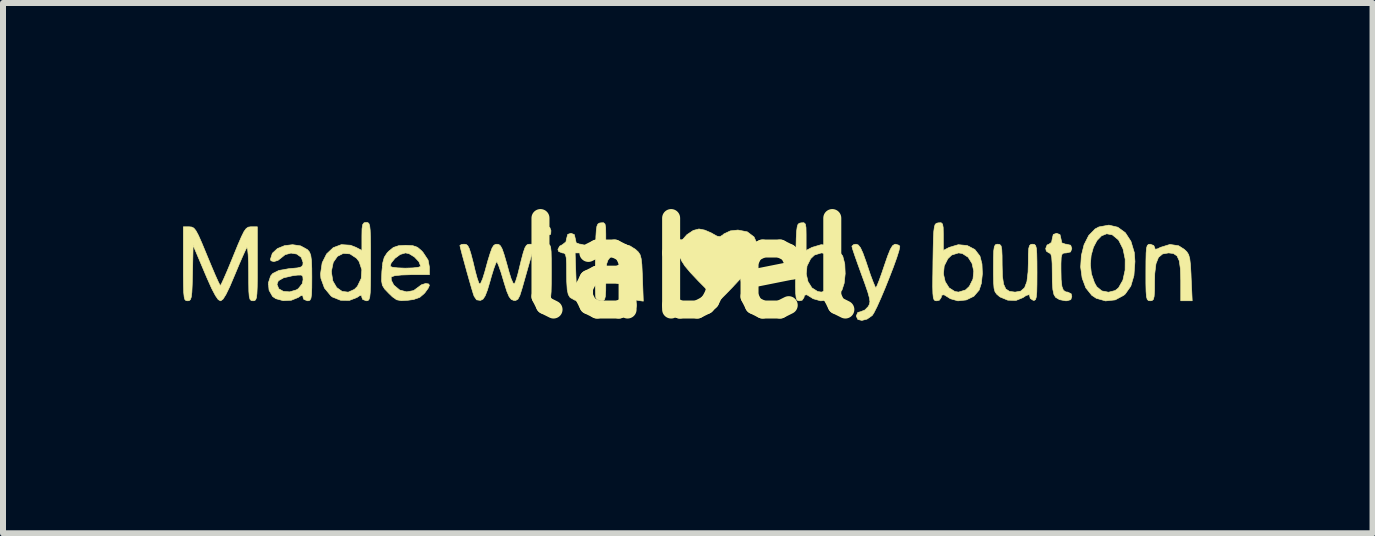
<source format=kicad_pcb>
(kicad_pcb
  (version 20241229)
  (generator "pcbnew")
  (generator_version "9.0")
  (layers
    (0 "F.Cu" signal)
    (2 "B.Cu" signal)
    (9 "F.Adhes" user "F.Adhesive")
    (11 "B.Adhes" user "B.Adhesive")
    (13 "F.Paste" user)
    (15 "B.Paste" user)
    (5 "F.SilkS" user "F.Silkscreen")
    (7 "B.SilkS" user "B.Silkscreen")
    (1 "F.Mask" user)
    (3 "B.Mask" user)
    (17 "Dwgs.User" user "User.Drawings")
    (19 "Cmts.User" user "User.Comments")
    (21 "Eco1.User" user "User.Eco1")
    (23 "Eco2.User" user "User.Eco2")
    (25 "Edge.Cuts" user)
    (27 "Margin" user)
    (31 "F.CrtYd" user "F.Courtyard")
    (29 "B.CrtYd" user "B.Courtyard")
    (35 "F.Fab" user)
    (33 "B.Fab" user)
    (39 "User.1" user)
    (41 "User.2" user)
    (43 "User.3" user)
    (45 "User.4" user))
  (footprint "label"
    (layer "F.Cu")
    (at 8.423 1.418)
    (property "Reference" "label" (at 0 0 0) (layer "F.SilkS") (effects (font (size 1.524 1.524) (thickness 0.3))))
    (attr through_hole)
    (fp_poly (pts (xy -2.312 -0.678) (xy -2.293 -0.626) (xy -2.297 -0.565) (xy -2.348 -0.545) (xy -2.377 -0.544) (xy -2.446 -0.555) (xy -2.463 -0.601) (xy -2.461 -0.626) (xy -2.425 -0.694) (xy -2.377 -0.708) (xy -2.312 -0.678)) (stroke (width 0.01) (type solid)) (fill yes) (layer "F.SilkS"))
    (fp_poly (pts (xy -2.312 -0.384) (xy -2.298 -0.348) (xy -2.29 -0.276) (xy -2.287 -0.157) (xy -2.286 0.022) (xy -2.286 0.07) (xy -2.287 0.263) (xy -2.29 0.395) (xy -2.297 0.478) (xy -2.31 0.523) (xy -2.331 0.541) (xy -2.36 0.544) (xy -2.428 0.524) (xy -2.452 0.497) (xy -2.458 0.443) (xy -2.462 0.333) (xy -2.462 0.184) (xy -2.46 0.034) (xy -2.454 -0.145) (xy -2.448 -0.263) (xy -2.437 -0.335) (xy -2.419 -0.372) (xy -2.391 -0.388) (xy -2.368 -0.393) (xy -2.334 -0.395) (xy -2.312 -0.384)) (stroke (width 0.01) (type solid)) (fill yes) (layer "F.SilkS"))
    (fp_poly (pts (xy 0.27 -0.634) (xy 0.379 -0.587) (xy 0.394 -0.578) (xy 0.475 -0.533) (xy 0.525 -0.525) (xy 0.571 -0.554) (xy 0.588 -0.57) (xy 0.696 -0.621) (xy 0.823 -0.635) (xy 0.979 -0.605) (xy 1.091 -0.52) (xy 1.151 -0.386) (xy 1.161 -0.288) (xy 1.157 -0.224) (xy 1.138 -0.163) (xy 1.097 -0.094) (xy 1.025 -0.003) (xy 0.915 0.121) (xy 0.851 0.19) (xy 0.731 0.319) (xy 0.628 0.426) (xy 0.552 0.502) (xy 0.513 0.536) (xy 0.512 0.536) (xy 0.478 0.515) (xy 0.404 0.451) (xy 0.302 0.354) (xy 0.181 0.232) (xy 0.169 0.22) (xy 0.031 0.074) (xy -0.062 -0.037) (xy -0.119 -0.126) (xy -0.147 -0.207) (xy -0.153 -0.295) (xy -0.15 -0.363) (xy -0.112 -0.462) (xy -0.028 -0.557) (xy 0.078 -0.628) (xy 0.173 -0.653) (xy 0.27 -0.634)) (stroke (width 0.01) (type solid)) (fill yes) (layer "F.SilkS"))
    (fp_poly (pts (xy -1.903 -0.559) (xy -1.887 -0.49) (xy -1.872 -0.421) (xy -1.813 -0.4) (xy -1.796 -0.399) (xy -1.725 -0.382) (xy -1.705 -0.327) (xy -1.726 -0.27) (xy -1.798 -0.254) (xy -1.89 -0.254) (xy -1.879 0.064) (xy -1.873 0.216) (xy -1.864 0.311) (xy -1.847 0.362) (xy -1.82 0.385) (xy -1.787 0.393) (xy -1.719 0.429) (xy -1.705 0.474) (xy -1.735 0.525) (xy -1.805 0.546) (xy -1.892 0.535) (xy -1.97 0.492) (xy -1.975 0.487) (xy -2.004 0.44) (xy -2.022 0.357) (xy -2.03 0.227) (xy -2.032 0.088) (xy -2.033 -0.071) (xy -2.038 -0.172) (xy -2.051 -0.227) (xy -2.073 -0.25) (xy -2.105 -0.254) (xy -2.165 -0.278) (xy -2.177 -0.312) (xy -2.147 -0.367) (xy -2.105 -0.389) (xy -2.044 -0.437) (xy -2.032 -0.494) (xy -2.013 -0.563) (xy -1.959 -0.581) (xy -1.903 -0.559)) (stroke (width 0.01) (type solid)) (fill yes) (layer "F.SilkS"))
    (fp_poly (pts (xy 6.189 -0.559) (xy 6.205 -0.49) (xy 6.22 -0.421) (xy 6.279 -0.4) (xy 6.296 -0.399) (xy 6.367 -0.382) (xy 6.386 -0.327) (xy 6.365 -0.27) (xy 6.296 -0.254) (xy 6.249 -0.251) (xy 6.222 -0.23) (xy 6.209 -0.177) (xy 6.205 -0.076) (xy 6.205 0.015) (xy 6.208 0.19) (xy 6.221 0.304) (xy 6.246 0.369) (xy 6.287 0.396) (xy 6.318 0.399) (xy 6.375 0.427) (xy 6.386 0.472) (xy 6.369 0.525) (xy 6.304 0.544) (xy 6.28 0.544) (xy 6.182 0.525) (xy 6.117 0.487) (xy 6.088 0.44) (xy 6.07 0.357) (xy 6.061 0.227) (xy 6.06 0.088) (xy 6.058 -0.075) (xy 6.051 -0.179) (xy 6.036 -0.234) (xy 6.013 -0.253) (xy 6.005 -0.254) (xy 5.961 -0.284) (xy 5.951 -0.327) (xy 5.974 -0.386) (xy 6.005 -0.399) (xy 6.049 -0.431) (xy 6.06 -0.49) (xy 6.077 -0.561) (xy 6.132 -0.581) (xy 6.189 -0.559)) (stroke (width 0.01) (type solid)) (fill yes) (layer "F.SilkS"))
    (fp_poly (pts (xy 7.751 -0.377) (xy 7.765 -0.347) (xy 7.774 -0.315) (xy 7.812 -0.321) (xy 7.865 -0.347) (xy 8.021 -0.395) (xy 8.166 -0.373) (xy 8.259 -0.314) (xy 8.303 -0.272) (xy 8.332 -0.226) (xy 8.351 -0.159) (xy 8.363 -0.057) (xy 8.372 0.097) (xy 8.374 0.157) (xy 8.392 0.544) (xy 8.201 0.544) (xy 8.201 0.202) (xy 8.195 0.009) (xy 8.176 -0.123) (xy 8.139 -0.204) (xy 8.079 -0.244) (xy 7.998 -0.254) (xy 7.899 -0.237) (xy 7.83 -0.179) (xy 7.788 -0.073) (xy 7.768 0.091) (xy 7.765 0.218) (xy 7.764 0.373) (xy 7.758 0.469) (xy 7.745 0.521) (xy 7.721 0.541) (xy 7.693 0.544) (xy 7.663 0.54) (xy 7.643 0.521) (xy 7.63 0.474) (xy 7.623 0.388) (xy 7.62 0.252) (xy 7.62 0.073) (xy 7.621 -0.12) (xy 7.624 -0.252) (xy 7.631 -0.334) (xy 7.644 -0.378) (xy 7.665 -0.396) (xy 7.693 -0.399) (xy 7.751 -0.377)) (stroke (width 0.01) (type solid)) (fill yes) (layer "F.SilkS"))
    (fp_poly (pts (xy 7.152 -0.682) (xy 7.278 -0.59) (xy 7.371 -0.447) (xy 7.427 -0.261) (xy 7.438 -0.11) (xy 7.421 0.123) (xy 7.369 0.299) (xy 7.278 0.429) (xy 7.253 0.451) (xy 7.109 0.529) (xy 6.948 0.546) (xy 6.793 0.502) (xy 6.719 0.453) (xy 6.619 0.328) (xy 6.558 0.165) (xy 6.533 -0.02) (xy 6.536 -0.062) (xy 6.695 -0.062) (xy 6.712 0.093) (xy 6.763 0.242) (xy 6.801 0.309) (xy 6.885 0.379) (xy 6.997 0.401) (xy 7.108 0.373) (xy 7.164 0.329) (xy 7.237 0.201) (xy 7.274 0.033) (xy 7.275 -0.149) (xy 7.239 -0.322) (xy 7.168 -0.463) (xy 7.159 -0.474) (xy 7.061 -0.555) (xy 6.967 -0.573) (xy 6.88 -0.538) (xy 6.805 -0.46) (xy 6.746 -0.348) (xy 6.708 -0.212) (xy 6.695 -0.062) (xy 6.536 -0.062) (xy 6.545 -0.21) (xy 6.59 -0.39) (xy 6.667 -0.543) (xy 6.774 -0.653) (xy 6.838 -0.687) (xy 7.004 -0.717) (xy 7.152 -0.682)) (stroke (width 0.01) (type solid)) (fill yes) (layer "F.SilkS"))
    (fp_poly (pts (xy 3.507 -0.381) (xy 3.52 -0.358) (xy 3.506 -0.291) (xy 3.469 -0.174) (xy 3.414 -0.021) (xy 3.347 0.152) (xy 3.276 0.33) (xy 3.205 0.498) (xy 3.141 0.641) (xy 3.089 0.744) (xy 3.06 0.789) (xy 2.974 0.849) (xy 2.888 0.871) (xy 2.821 0.855) (xy 2.794 0.798) (xy 2.794 0.798) (xy 2.82 0.738) (xy 2.866 0.726) (xy 2.938 0.697) (xy 2.993 0.641) (xy 3.014 0.602) (xy 3.022 0.558) (xy 3.013 0.495) (xy 2.987 0.4) (xy 2.939 0.261) (xy 2.885 0.113) (xy 2.824 -0.056) (xy 2.773 -0.2) (xy 2.737 -0.307) (xy 2.722 -0.362) (xy 2.721 -0.365) (xy 2.752 -0.393) (xy 2.792 -0.399) (xy 2.828 -0.386) (xy 2.864 -0.341) (xy 2.905 -0.252) (xy 2.957 -0.108) (xy 2.981 -0.036) (xy 3.031 0.113) (xy 3.076 0.232) (xy 3.108 0.308) (xy 3.121 0.327) (xy 3.14 0.294) (xy 3.175 0.207) (xy 3.221 0.079) (xy 3.26 -0.036) (xy 3.318 -0.204) (xy 3.362 -0.313) (xy 3.399 -0.374) (xy 3.435 -0.397) (xy 3.45 -0.399) (xy 3.507 -0.381)) (stroke (width 0.01) (type solid)) (fill yes) (layer "F.SilkS"))
    (fp_poly (pts (xy 5.763 -0.395) (xy 5.783 -0.376) (xy 5.796 -0.329) (xy 5.802 -0.243) (xy 5.805 -0.107) (xy 5.806 0.075) (xy 5.805 0.269) (xy 5.802 0.401) (xy 5.794 0.482) (xy 5.781 0.524) (xy 5.761 0.537) (xy 5.742 0.536) (xy 5.693 0.504) (xy 5.688 0.479) (xy 5.678 0.44) (xy 5.624 0.456) (xy 5.572 0.491) (xy 5.456 0.538) (xy 5.32 0.534) (xy 5.192 0.481) (xy 5.176 0.469) (xy 5.134 0.433) (xy 5.106 0.393) (xy 5.09 0.334) (xy 5.083 0.242) (xy 5.08 0.1) (xy 5.08 -0.003) (xy 5.081 -0.177) (xy 5.085 -0.291) (xy 5.095 -0.357) (xy 5.112 -0.389) (xy 5.14 -0.399) (xy 5.153 -0.399) (xy 5.186 -0.394) (xy 5.208 -0.369) (xy 5.219 -0.311) (xy 5.224 -0.207) (xy 5.225 -0.057) (xy 5.23 0.135) (xy 5.249 0.266) (xy 5.286 0.347) (xy 5.347 0.387) (xy 5.438 0.399) (xy 5.443 0.399) (xy 5.535 0.383) (xy 5.599 0.327) (xy 5.638 0.223) (xy 5.657 0.063) (xy 5.661 -0.081) (xy 5.662 -0.234) (xy 5.668 -0.328) (xy 5.682 -0.377) (xy 5.706 -0.397) (xy 5.733 -0.399) (xy 5.763 -0.395)) (stroke (width 0.01) (type solid)) (fill yes) (layer "F.SilkS"))
    (fp_poly (pts (xy -1.392 -0.735) (xy -1.381 -0.675) (xy -1.379 -0.561) (xy -1.379 -0.531) (xy -1.379 -0.295) (xy -1.279 -0.347) (xy -1.123 -0.395) (xy -0.978 -0.372) (xy -0.883 -0.312) (xy -0.838 -0.27) (xy -0.808 -0.225) (xy -0.79 -0.16) (xy -0.778 -0.061) (xy -0.771 0.088) (xy -0.768 0.162) (xy -0.754 0.55) (xy -0.839 0.538) (xy -0.879 0.529) (xy -0.905 0.504) (xy -0.922 0.452) (xy -0.933 0.356) (xy -0.942 0.205) (xy -0.943 0.171) (xy -0.956 -0.011) (xy -0.975 -0.133) (xy -1.007 -0.206) (xy -1.058 -0.242) (xy -1.133 -0.253) (xy -1.152 -0.253) (xy -1.238 -0.229) (xy -1.306 -0.181) (xy -1.342 -0.135) (xy -1.364 -0.073) (xy -1.375 0.023) (xy -1.379 0.169) (xy -1.379 0.218) (xy -1.38 0.373) (xy -1.386 0.469) (xy -1.399 0.521) (xy -1.423 0.541) (xy -1.453 0.544) (xy -1.521 0.524) (xy -1.544 0.498) (xy -1.55 0.447) (xy -1.553 0.337) (xy -1.555 0.181) (xy -1.554 -0.008) (xy -1.552 -0.147) (xy -1.548 -0.367) (xy -1.544 -0.526) (xy -1.537 -0.633) (xy -1.527 -0.699) (xy -1.511 -0.734) (xy -1.489 -0.75) (xy -1.46 -0.755) (xy -1.417 -0.757) (xy -1.392 -0.735)) (stroke (width 0.01) (type solid)) (fill yes) (layer "F.SilkS"))
    (fp_poly (pts (xy -5.344 -0.759) (xy -5.326 -0.743) (xy -5.313 -0.705) (xy -5.305 -0.634) (xy -5.3 -0.52) (xy -5.298 -0.355) (xy -5.298 -0.128) (xy -5.298 -0.109) (xy -5.298 0.123) (xy -5.3 0.293) (xy -5.304 0.409) (xy -5.312 0.483) (xy -5.325 0.523) (xy -5.343 0.541) (xy -5.368 0.544) (xy -5.37 0.544) (xy -5.43 0.521) (xy -5.443 0.488) (xy -5.449 0.452) (xy -5.482 0.46) (xy -5.524 0.488) (xy -5.652 0.538) (xy -5.799 0.535) (xy -5.934 0.481) (xy -5.959 0.462) (xy -6.067 0.331) (xy -6.126 0.169) (xy -6.132 0.097) (xy -6.128 0.067) (xy -5.951 0.067) (xy -5.927 0.214) (xy -5.863 0.323) (xy -5.774 0.387) (xy -5.671 0.4) (xy -5.568 0.354) (xy -5.518 0.304) (xy -5.454 0.171) (xy -5.444 0.026) (xy -5.489 -0.109) (xy -5.532 -0.165) (xy -5.643 -0.238) (xy -5.753 -0.246) (xy -5.85 -0.197) (xy -5.92 -0.097) (xy -5.95 0.046) (xy -5.951 0.067) (xy -6.128 0.067) (xy -6.105 -0.089) (xy -6.031 -0.237) (xy -5.921 -0.341) (xy -5.785 -0.392) (xy -5.633 -0.382) (xy -5.543 -0.347) (xy -5.443 -0.295) (xy -5.443 -0.528) (xy -5.441 -0.655) (xy -5.43 -0.726) (xy -5.407 -0.756) (xy -5.37 -0.762) (xy -5.344 -0.759)) (stroke (width 0.01) (type solid)) (fill yes) (layer "F.SilkS"))
    (fp_poly (pts (xy 1.946 -0.735) (xy 1.957 -0.675) (xy 1.959 -0.561) (xy 1.959 -0.531) (xy 1.959 -0.295) (xy 2.059 -0.347) (xy 2.209 -0.391) (xy 2.357 -0.377) (xy 2.484 -0.311) (xy 2.569 -0.201) (xy 2.603 -0.07) (xy 2.61 0.092) (xy 2.593 0.252) (xy 2.556 0.366) (xy 2.468 0.468) (xy 2.341 0.53) (xy 2.202 0.545) (xy 2.075 0.509) (xy 2.048 0.491) (xy 1.97 0.443) (xy 1.931 0.451) (xy 1.923 0.49) (xy 1.893 0.534) (xy 1.85 0.544) (xy 1.824 0.542) (xy 1.805 0.527) (xy 1.792 0.49) (xy 1.785 0.421) (xy 1.782 0.31) (xy 1.783 0.147) (xy 1.784 0.097) (xy 1.961 0.097) (xy 1.99 0.224) (xy 2.055 0.328) (xy 2.151 0.389) (xy 2.213 0.399) (xy 2.328 0.364) (xy 2.392 0.304) (xy 2.453 0.182) (xy 2.466 0.049) (xy 2.437 -0.079) (xy 2.372 -0.182) (xy 2.276 -0.244) (xy 2.213 -0.254) (xy 2.099 -0.219) (xy 2.035 -0.158) (xy 1.974 -0.037) (xy 1.961 0.097) (xy 1.784 0.097) (xy 1.786 -0.077) (xy 1.786 -0.1) (xy 1.79 -0.33) (xy 1.794 -0.498) (xy 1.8 -0.613) (xy 1.81 -0.687) (xy 1.823 -0.728) (xy 1.843 -0.747) (xy 1.871 -0.754) (xy 1.878 -0.755) (xy 1.922 -0.757) (xy 1.946 -0.735)) (stroke (width 0.01) (type solid)) (fill yes) (layer "F.SilkS"))
    (fp_poly (pts (xy 4.232 -0.735) (xy 4.243 -0.675) (xy 4.245 -0.561) (xy 4.245 -0.531) (xy 4.245 -0.295) (xy 4.345 -0.347) (xy 4.495 -0.391) (xy 4.643 -0.377) (xy 4.77 -0.311) (xy 4.855 -0.201) (xy 4.889 -0.07) (xy 4.896 0.092) (xy 4.879 0.252) (xy 4.842 0.366) (xy 4.754 0.468) (xy 4.627 0.53) (xy 4.488 0.545) (xy 4.361 0.509) (xy 4.334 0.491) (xy 4.256 0.443) (xy 4.217 0.451) (xy 4.209 0.49) (xy 4.179 0.534) (xy 4.136 0.544) (xy 4.11 0.542) (xy 4.091 0.527) (xy 4.078 0.49) (xy 4.071 0.421) (xy 4.068 0.31) (xy 4.069 0.147) (xy 4.07 0.097) (xy 4.247 0.097) (xy 4.276 0.224) (xy 4.341 0.328) (xy 4.437 0.389) (xy 4.499 0.399) (xy 4.614 0.364) (xy 4.678 0.304) (xy 4.739 0.182) (xy 4.752 0.049) (xy 4.723 -0.079) (xy 4.658 -0.182) (xy 4.562 -0.244) (xy 4.499 -0.254) (xy 4.385 -0.219) (xy 4.321 -0.158) (xy 4.26 -0.037) (xy 4.247 0.097) (xy 4.07 0.097) (xy 4.072 -0.077) (xy 4.072 -0.1) (xy 4.076 -0.33) (xy 4.08 -0.498) (xy 4.086 -0.613) (xy 4.096 -0.687) (xy 4.109 -0.728) (xy 4.129 -0.747) (xy 4.157 -0.754) (xy 4.164 -0.755) (xy 4.208 -0.757) (xy 4.232 -0.735)) (stroke (width 0.01) (type solid)) (fill yes) (layer "F.SilkS"))
    (fp_poly (pts (xy -6.464 -0.371) (xy -6.351 -0.309) (xy -6.346 -0.304) (xy -6.315 -0.267) (xy -6.295 -0.213) (xy -6.283 -0.126) (xy -6.278 0.007) (xy -6.277 0.151) (xy -6.278 0.324) (xy -6.282 0.437) (xy -6.292 0.503) (xy -6.31 0.535) (xy -6.338 0.544) (xy -6.35 0.544) (xy -6.41 0.521) (xy -6.423 0.488) (xy -6.429 0.452) (xy -6.462 0.46) (xy -6.503 0.488) (xy -6.619 0.535) (xy -6.754 0.542) (xy -6.876 0.509) (xy -6.931 0.472) (xy -6.99 0.368) (xy -6.999 0.269) (xy -6.858 0.269) (xy -6.828 0.344) (xy -6.751 0.387) (xy -6.647 0.395) (xy -6.539 0.364) (xy -6.503 0.343) (xy -6.437 0.26) (xy -6.423 0.193) (xy -6.427 0.138) (xy -6.452 0.115) (xy -6.517 0.116) (xy -6.595 0.126) (xy -6.748 0.161) (xy -6.835 0.211) (xy -6.858 0.269) (xy -6.999 0.269) (xy -7.001 0.245) (xy -6.964 0.131) (xy -6.929 0.089) (xy -6.826 0.038) (xy -6.66 0.009) (xy -6.639 0.007) (xy -6.518 -0.004) (xy -6.453 -0.021) (xy -6.427 -0.051) (xy -6.423 -0.094) (xy -6.453 -0.18) (xy -6.528 -0.235) (xy -6.625 -0.251) (xy -6.723 -0.224) (xy -6.776 -0.181) (xy -6.841 -0.13) (xy -6.91 -0.109) (xy -6.958 -0.123) (xy -6.967 -0.148) (xy -6.935 -0.248) (xy -6.851 -0.326) (xy -6.732 -0.375) (xy -6.598 -0.391) (xy -6.464 -0.371)) (stroke (width 0.01) (type solid)) (fill yes) (layer "F.SilkS"))
    (fp_poly (pts (xy -4.595 -0.375) (xy -4.516 -0.347) (xy -4.444 -0.285) (xy -4.424 -0.262) (xy -4.34 -0.135) (xy -4.318 -0.018) (xy -4.318 0.109) (xy -4.624 0.109) (xy -4.783 0.114) (xy -4.897 0.126) (xy -4.953 0.146) (xy -4.955 0.149) (xy -4.953 0.202) (xy -4.913 0.279) (xy -4.908 0.285) (xy -4.813 0.365) (xy -4.696 0.395) (xy -4.582 0.374) (xy -4.519 0.328) (xy -4.452 0.278) (xy -4.38 0.255) (xy -4.329 0.264) (xy -4.318 0.288) (xy -4.34 0.337) (xy -4.393 0.41) (xy -4.402 0.42) (xy -4.478 0.486) (xy -4.58 0.522) (xy -4.673 0.535) (xy -4.788 0.542) (xy -4.864 0.527) (xy -4.934 0.478) (xy -4.993 0.421) (xy -5.064 0.347) (xy -5.102 0.285) (xy -5.115 0.212) (xy -5.112 0.099) (xy -5.11 0.053) (xy -5.101 -0.031) (xy -4.971 -0.031) (xy -4.938 -0.016) (xy -4.851 -0.005) (xy -4.727 -0.000025) (xy -4.717 0) (xy -4.592 -0.004) (xy -4.501 -0.015) (xy -4.463 -0.03) (xy -4.463 -0.031) (xy -4.493 -0.108) (xy -4.566 -0.185) (xy -4.657 -0.241) (xy -4.717 -0.254) (xy -4.805 -0.228) (xy -4.893 -0.163) (xy -4.956 -0.084) (xy -4.971 -0.031) (xy -5.101 -0.031) (xy -5.096 -0.087) (xy -5.07 -0.181) (xy -5.024 -0.252) (xy -4.996 -0.282) (xy -4.918 -0.345) (xy -4.831 -0.374) (xy -4.713 -0.381) (xy -4.595 -0.375)) (stroke (width 0.01) (type solid)) (fill yes) (layer "F.SilkS"))
    (fp_poly (pts (xy -7.185 -0.073) (xy -7.185 0.152) (xy -7.187 0.314) (xy -7.192 0.425) (xy -7.2 0.492) (xy -7.214 0.528) (xy -7.234 0.542) (xy -7.257 0.544) (xy -7.287 0.54) (xy -7.307 0.52) (xy -7.32 0.472) (xy -7.327 0.385) (xy -7.329 0.247) (xy -7.33 0.083) (xy -7.332 -0.086) (xy -7.338 -0.222) (xy -7.347 -0.312) (xy -7.358 -0.344) (xy -7.36 -0.343) (xy -7.384 -0.298) (xy -7.429 -0.199) (xy -7.489 -0.061) (xy -7.557 0.102) (xy -7.564 0.118) (xy -7.645 0.309) (xy -7.708 0.439) (xy -7.756 0.515) (xy -7.794 0.544) (xy -7.801 0.544) (xy -7.837 0.524) (xy -7.883 0.458) (xy -7.945 0.341) (xy -8.024 0.164) (xy -8.059 0.082) (xy -8.255 -0.381) (xy -8.265 0.082) (xy -8.27 0.272) (xy -8.276 0.402) (xy -8.286 0.482) (xy -8.301 0.525) (xy -8.323 0.542) (xy -8.347 0.544) (xy -8.373 0.541) (xy -8.392 0.524) (xy -8.404 0.483) (xy -8.412 0.408) (xy -8.416 0.289) (xy -8.418 0.116) (xy -8.418 -0.073) (xy -8.418 -0.689) (xy -8.319 -0.689) (xy -8.278 -0.685) (xy -8.243 -0.667) (xy -8.208 -0.624) (xy -8.166 -0.546) (xy -8.111 -0.422) (xy -8.037 -0.244) (xy -8.019 -0.2) (xy -7.947 -0.027) (xy -7.885 0.119) (xy -7.836 0.227) (xy -7.807 0.284) (xy -7.801 0.29) (xy -7.782 0.258) (xy -7.742 0.171) (xy -7.685 0.04) (xy -7.617 -0.124) (xy -7.586 -0.2) (xy -7.508 -0.391) (xy -7.45 -0.524) (xy -7.407 -0.611) (xy -7.371 -0.66) (xy -7.337 -0.683) (xy -7.298 -0.689) (xy -7.286 -0.689) (xy -7.185 -0.689) (xy -7.185 -0.073)) (stroke (width 0.01) (type solid)) (fill yes) (layer "F.SilkS"))
    (fp_poly (pts (xy -2.606 -0.398) (xy -2.585 -0.384) (xy -2.584 -0.344) (xy -2.603 -0.263) (xy -2.641 -0.128) (xy -2.646 -0.113) (xy -2.693 0.053) (xy -2.743 0.229) (xy -2.774 0.338) (xy -2.811 0.456) (xy -2.844 0.518) (xy -2.882 0.539) (xy -2.912 0.538) (xy -2.954 0.521) (xy -2.99 0.475) (xy -3.028 0.386) (xy -3.073 0.243) (xy -3.083 0.209) (xy -3.125 0.069) (xy -3.163 -0.039) (xy -3.189 -0.1) (xy -3.196 -0.109) (xy -3.214 -0.076) (xy -3.246 0.011) (xy -3.285 0.137) (xy -3.305 0.209) (xy -3.351 0.364) (xy -3.389 0.462) (xy -3.424 0.515) (xy -3.463 0.536) (xy -3.471 0.537) (xy -3.532 0.528) (xy -3.573 0.468) (xy -3.587 0.428) (xy -3.615 0.336) (xy -3.652 0.207) (xy -3.694 0.059) (xy -3.735 -0.091) (xy -3.772 -0.225) (xy -3.798 -0.326) (xy -3.81 -0.377) (xy -3.81 -0.379) (xy -3.78 -0.396) (xy -3.739 -0.399) (xy -3.706 -0.395) (xy -3.679 -0.374) (xy -3.654 -0.326) (xy -3.626 -0.238) (xy -3.59 -0.101) (xy -3.553 0.054) (xy -3.523 0.164) (xy -3.496 0.243) (xy -3.484 0.265) (xy -3.462 0.248) (xy -3.431 0.177) (xy -3.396 0.065) (xy -3.344 -0.124) (xy -3.304 -0.253) (xy -3.274 -0.335) (xy -3.246 -0.379) (xy -3.218 -0.396) (xy -3.193 -0.399) (xy -3.161 -0.394) (xy -3.133 -0.37) (xy -3.105 -0.318) (xy -3.073 -0.225) (xy -3.031 -0.081) (xy -2.991 0.065) (xy -2.956 0.177) (xy -2.924 0.248) (xy -2.902 0.265) (xy -2.88 0.215) (xy -2.85 0.12) (xy -2.833 0.054) (xy -2.788 -0.132) (xy -2.754 -0.259) (xy -2.727 -0.338) (xy -2.702 -0.38) (xy -2.675 -0.397) (xy -2.647 -0.399) (xy -2.606 -0.398)) (stroke (width 0.01) (type solid)) (fill yes) (layer "F.SilkS")))
  (gr_rect
    (start -3 -3)
    (end 19.82 5.836)
    (stroke (width 0.1) (type default))
    (fill no)
    (layer "Edge.Cuts")))
</source>
